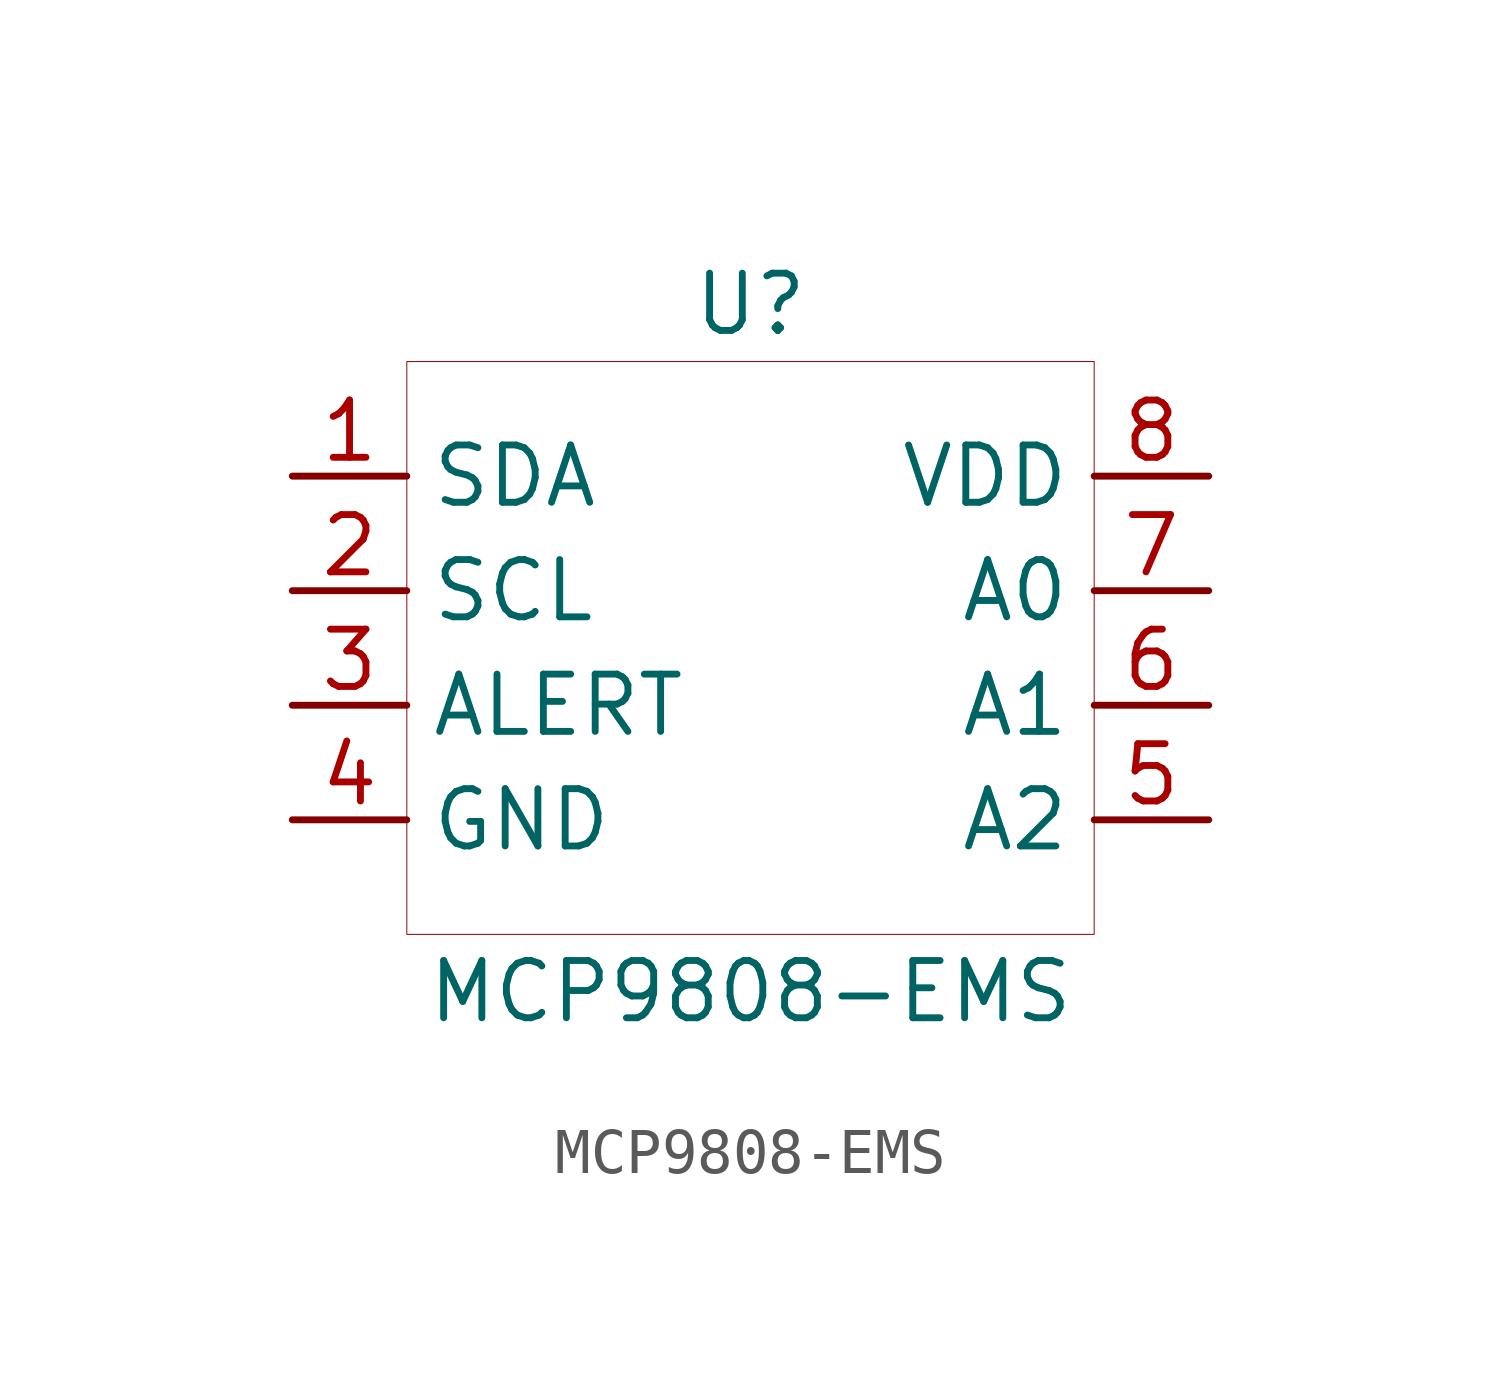
<source format=kicad_sym>
(kicad_symbol_lib
  (version 20200126)
  (host kicad_symbol_editor "5.99.0-unknown-57e35c9~88~ubuntu19.10.1")
  (symbol "Temperature:MCP9808-EMS"
    (property "Reference" "U"
      (at 0 7.62 0)
      (effects (font (size 1.27 1.27))))
    (property "Value" "MCP9808-EMS"
      (at 0 -7.62 0)
      (effects (font (size 1.27 1.27))))
    (symbol "MCP9808-EMS_0_1"
      (rectangle (start -7.62 -6.35) (end 7.62 6.35) (stroke (width 0.001)) (fill (type none))))
    (symbol "MCP9808-EMS_1_1"
      (pin bidirectional line (at -10.16 3.81 0) (length 2.54) (name "SDA" (effects (font (size 1.27 1.27)))) (number "1" (effects (font (size 1.27 1.27)))))
      (pin input line (at -10.16 1.27 0) (length 2.54) (name "SCL" (effects (font (size 1.27 1.27)))) (number "2" (effects (font (size 1.27 1.27)))))
      (pin output line (at -10.16 -1.27 0) (length 2.54) (name "ALERT" (effects (font (size 1.27 1.27)))) (number "3" (effects (font (size 1.27 1.27)))))
      (pin input line (at -10.16 -3.81 0) (length 2.54) (name "GND" (effects (font (size 1.27 1.27)))) (number "4" (effects (font (size 1.27 1.27)))))
      (pin input line (at 10.16 3.81 180) (length 2.54) (name "VDD" (effects (font (size 1.27 1.27)))) (number "8" (effects (font (size 1.27 1.27)))))
      (pin input line (at 10.16 1.27 180) (length 2.54) (name "A0" (effects (font (size 1.27 1.27)))) (number "7" (effects (font (size 1.27 1.27)))))
      (pin input line (at 10.16 -1.27 180) (length 2.54) (name "A1" (effects (font (size 1.27 1.27)))) (number "6" (effects (font (size 1.27 1.27)))))
      (pin input line (at 10.16 -3.81 180) (length 2.54) (name "A2" (effects (font (size 1.27 1.27)))) (number "5" (effects (font (size 1.27 1.27))))))))
</source>
